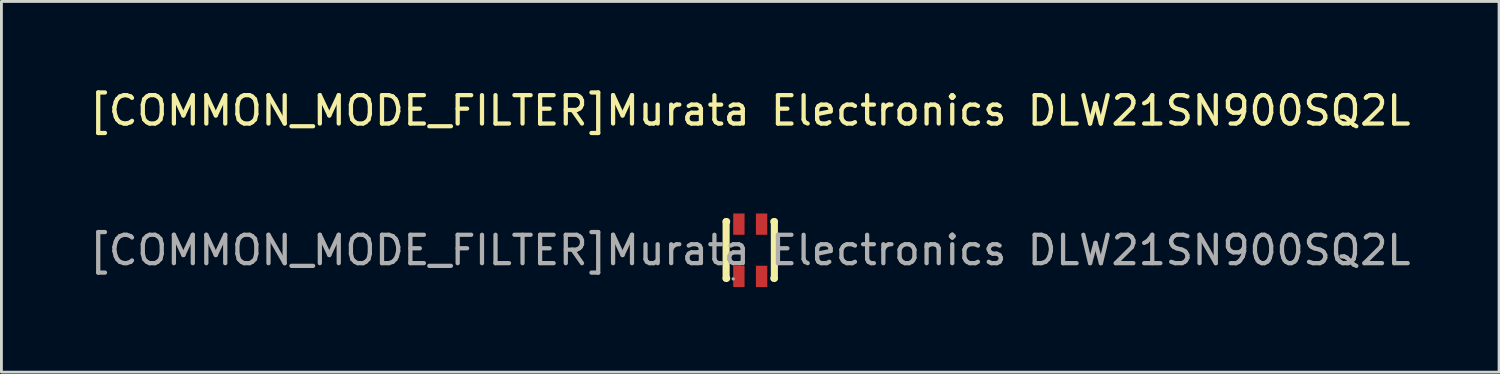
<source format=kicad_pcb>
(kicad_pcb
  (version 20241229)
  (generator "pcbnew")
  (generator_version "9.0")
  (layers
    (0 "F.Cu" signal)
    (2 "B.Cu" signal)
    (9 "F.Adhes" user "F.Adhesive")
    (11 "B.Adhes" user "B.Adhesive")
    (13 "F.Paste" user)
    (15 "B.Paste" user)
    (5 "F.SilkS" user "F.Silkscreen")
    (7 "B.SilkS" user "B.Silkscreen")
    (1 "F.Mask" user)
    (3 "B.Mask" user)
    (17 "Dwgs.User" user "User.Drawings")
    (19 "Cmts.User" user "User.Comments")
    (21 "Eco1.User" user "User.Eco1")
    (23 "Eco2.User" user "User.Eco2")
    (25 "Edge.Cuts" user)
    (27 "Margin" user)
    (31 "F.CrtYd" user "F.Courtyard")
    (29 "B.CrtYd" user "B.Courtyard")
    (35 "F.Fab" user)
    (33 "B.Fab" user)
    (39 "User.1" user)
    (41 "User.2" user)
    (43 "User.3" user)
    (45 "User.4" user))
  (footprint "[COMMON_MODE_FILTER]Murata Electronics DLW21SN900SQ2L"
    (layer "F.Cu")
    (at 23.387 5.768)
    (property "Reference" "[COMMON_MODE_FILTER]Murata Electronics DLW21SN900SQ2L" (at 0 -4.92 0) (layer "F.SilkS") (effects (font (size 1 1) (thickness 0.15))))
    (attr smd)
    (fp_line (start -0.85 -1.01) (end -0.83 -1.01) (stroke (width 0.25) (type solid)) (layer "F.SilkS"))
    (fp_line (start -0.85 0.99) (end -0.85 -1.01) (stroke (width 0.25) (type solid)) (layer "F.SilkS"))
    (fp_line (start -0.85 0.99) (end -0.83 0.99) (stroke (width 0.25) (type solid)) (layer "F.SilkS"))
    (fp_line (start 0.83 -1.01) (end 0.85 -1.01) (stroke (width 0.25) (type solid)) (layer "F.SilkS"))
    (fp_line (start 0.83 0.99) (end 0.85 0.99) (stroke (width 0.25) (type solid)) (layer "F.SilkS"))
    (fp_line (start 0.85 0.99) (end 0.85 -1.01) (stroke (width 0.25) (type solid)) (layer "F.SilkS"))
    (fp_circle (center -0.6 1.01) (end -0.57 1.01) (stroke (width 0.06) (type solid)) (fill no) (layer "F.Fab"))
    (fp_text user "${REFERENCE}" (at 0 0 0) (layer "F.Fab") (effects (font (size 1 1) (thickness 0.15))))
    (pad "1" smd rect (at -0.4 0.92 90) (size 0.75 0.4) (layers "F.Cu" "F.Mask" "F.Paste"))
    (pad "2" smd rect (at -0.4 -0.92 90) (size 0.75 0.4) (layers "F.Cu" "F.Mask" "F.Paste"))
    (pad "3" smd rect (at 0.4 -0.92 90) (size 0.75 0.4) (layers "F.Cu" "F.Mask" "F.Paste"))
    (pad "4" smd rect (at 0.4 0.92 90) (size 0.75 0.4) (layers "F.Cu" "F.Mask" "F.Paste")))
  (gr_rect
    (start -3 -3)
    (end 49.774 10.063)
    (stroke (width 0.1) (type default))
    (fill no)
    (layer "Edge.Cuts")))
</source>
